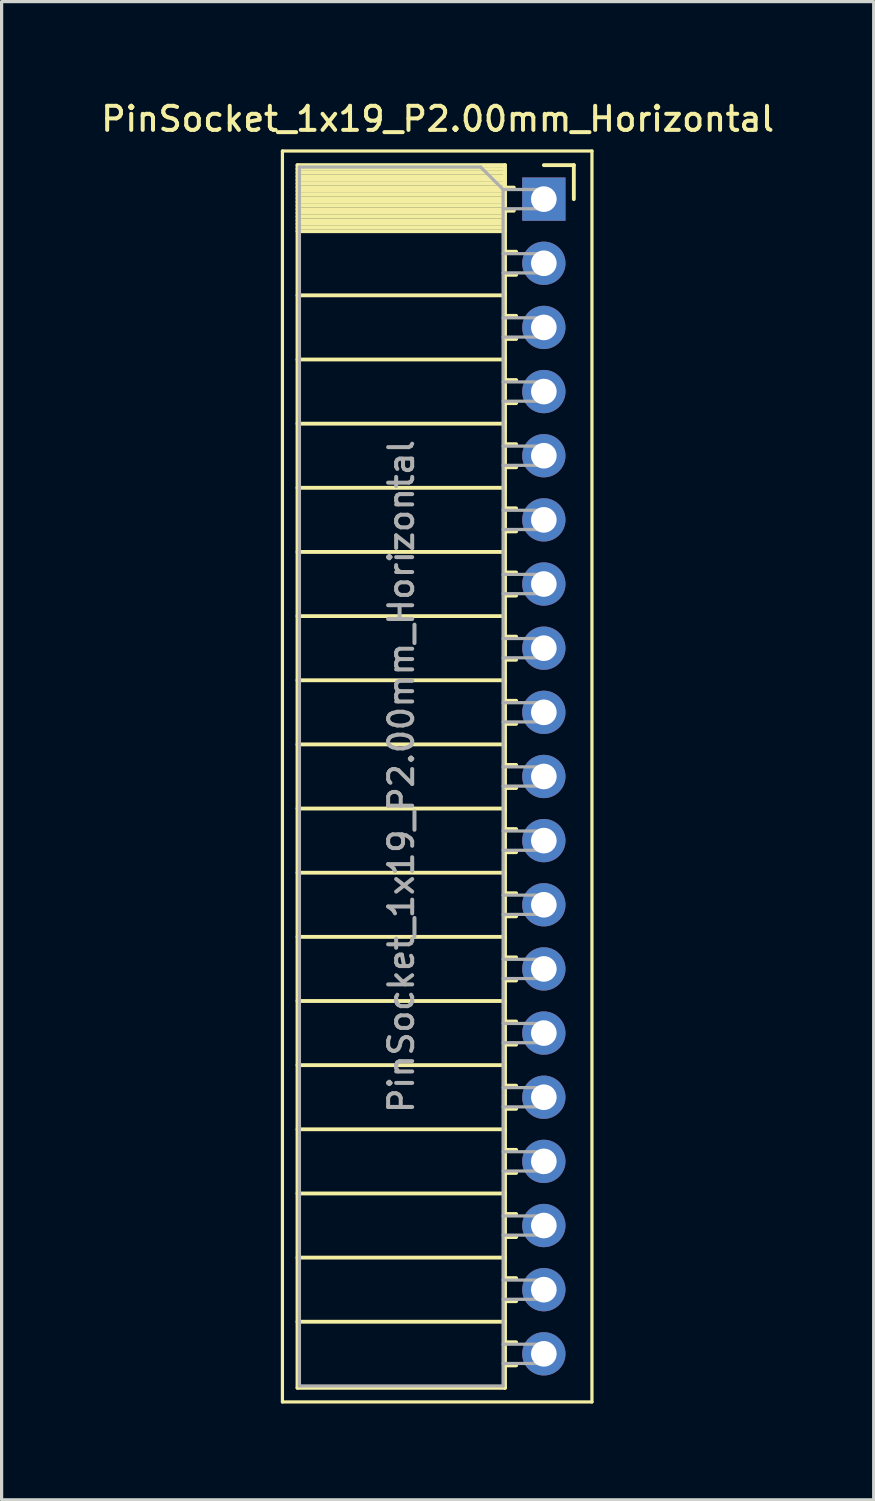
<source format=kicad_pcb>
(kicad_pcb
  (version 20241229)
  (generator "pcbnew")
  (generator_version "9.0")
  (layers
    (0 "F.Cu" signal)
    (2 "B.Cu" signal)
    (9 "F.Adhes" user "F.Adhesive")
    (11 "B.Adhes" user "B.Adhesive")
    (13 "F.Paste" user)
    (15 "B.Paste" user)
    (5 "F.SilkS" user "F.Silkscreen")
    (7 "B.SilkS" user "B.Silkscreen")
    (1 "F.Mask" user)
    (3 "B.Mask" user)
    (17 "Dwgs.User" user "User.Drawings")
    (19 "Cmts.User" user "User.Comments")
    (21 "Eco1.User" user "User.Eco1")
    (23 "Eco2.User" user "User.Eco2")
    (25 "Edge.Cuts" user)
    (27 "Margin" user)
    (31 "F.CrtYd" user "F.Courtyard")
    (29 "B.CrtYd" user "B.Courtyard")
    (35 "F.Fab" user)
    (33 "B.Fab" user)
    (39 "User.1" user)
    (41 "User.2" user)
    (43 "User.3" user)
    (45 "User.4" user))
  (footprint "PinSocket_1x19_P2.00mm_Horizontal"
    (layer "F.Cu")
    (at 13.905 3.158)
    (property "Reference" "PinSocket_1x19_P2.00mm_Horizontal" (at -3.31 -2.5 0) (layer "F.SilkS") (effects (font (size 0.75 0.75) (thickness 0.125))))
    (attr through_hole)
    (fp_line (start -8.15 -1.5) (end -8.15 37.5) (stroke (width 0.1) (type solid)) (layer "F.SilkS"))
    (fp_line (start -8.15 37.5) (end 1.5 37.5) (stroke (width 0.1) (type solid)) (layer "F.SilkS"))
    (fp_line (start -7.68 -1.06) (end -7.68 37.06) (stroke (width 0.12) (type solid)) (layer "F.SilkS"))
    (fp_line (start -7.68 -1.06) (end -1.21 -1.06) (stroke (width 0.12) (type solid)) (layer "F.SilkS"))
    (fp_line (start -7.68 -0.94) (end -1.21 -0.94) (stroke (width 0.12) (type solid)) (layer "F.SilkS"))
    (fp_line (start -7.68 -0.826) (end -1.21 -0.826) (stroke (width 0.12) (type solid)) (layer "F.SilkS"))
    (fp_line (start -7.68 -0.712) (end -1.21 -0.712) (stroke (width 0.12) (type solid)) (layer "F.SilkS"))
    (fp_line (start -7.68 -0.598) (end -1.21 -0.598) (stroke (width 0.12) (type solid)) (layer "F.SilkS"))
    (fp_line (start -7.68 -0.484) (end -1.21 -0.484) (stroke (width 0.12) (type solid)) (layer "F.SilkS"))
    (fp_line (start -7.68 -0.369) (end -1.21 -0.369) (stroke (width 0.12) (type solid)) (layer "F.SilkS"))
    (fp_line (start -7.68 -0.255) (end -1.21 -0.255) (stroke (width 0.12) (type solid)) (layer "F.SilkS"))
    (fp_line (start -7.68 -0.141) (end -1.21 -0.141) (stroke (width 0.12) (type solid)) (layer "F.SilkS"))
    (fp_line (start -7.68 -0.027) (end -1.21 -0.027) (stroke (width 0.12) (type solid)) (layer "F.SilkS"))
    (fp_line (start -7.68 0.087) (end -1.21 0.087) (stroke (width 0.12) (type solid)) (layer "F.SilkS"))
    (fp_line (start -7.68 0.201) (end -1.21 0.201) (stroke (width 0.12) (type solid)) (layer "F.SilkS"))
    (fp_line (start -7.68 0.315) (end -1.21 0.315) (stroke (width 0.12) (type solid)) (layer "F.SilkS"))
    (fp_line (start -7.68 0.429) (end -1.21 0.429) (stroke (width 0.12) (type solid)) (layer "F.SilkS"))
    (fp_line (start -7.68 0.544) (end -1.21 0.544) (stroke (width 0.12) (type solid)) (layer "F.SilkS"))
    (fp_line (start -7.68 0.658) (end -1.21 0.658) (stroke (width 0.12) (type solid)) (layer "F.SilkS"))
    (fp_line (start -7.68 0.772) (end -1.21 0.772) (stroke (width 0.12) (type solid)) (layer "F.SilkS"))
    (fp_line (start -7.68 0.886) (end -1.21 0.886) (stroke (width 0.12) (type solid)) (layer "F.SilkS"))
    (fp_line (start -7.68 1) (end -1.21 1) (stroke (width 0.12) (type solid)) (layer "F.SilkS"))
    (fp_line (start -7.68 3) (end -1.21 3) (stroke (width 0.12) (type solid)) (layer "F.SilkS"))
    (fp_line (start -7.68 5) (end -1.21 5) (stroke (width 0.12) (type solid)) (layer "F.SilkS"))
    (fp_line (start -7.68 7) (end -1.21 7) (stroke (width 0.12) (type solid)) (layer "F.SilkS"))
    (fp_line (start -7.68 9) (end -1.21 9) (stroke (width 0.12) (type solid)) (layer "F.SilkS"))
    (fp_line (start -7.68 11) (end -1.21 11) (stroke (width 0.12) (type solid)) (layer "F.SilkS"))
    (fp_line (start -7.68 13) (end -1.21 13) (stroke (width 0.12) (type solid)) (layer "F.SilkS"))
    (fp_line (start -7.68 15) (end -1.21 15) (stroke (width 0.12) (type solid)) (layer "F.SilkS"))
    (fp_line (start -7.68 17) (end -1.21 17) (stroke (width 0.12) (type solid)) (layer "F.SilkS"))
    (fp_line (start -7.68 19) (end -1.21 19) (stroke (width 0.12) (type solid)) (layer "F.SilkS"))
    (fp_line (start -7.68 21) (end -1.21 21) (stroke (width 0.12) (type solid)) (layer "F.SilkS"))
    (fp_line (start -7.68 23) (end -1.21 23) (stroke (width 0.12) (type solid)) (layer "F.SilkS"))
    (fp_line (start -7.68 25) (end -1.21 25) (stroke (width 0.12) (type solid)) (layer "F.SilkS"))
    (fp_line (start -7.68 27) (end -1.21 27) (stroke (width 0.12) (type solid)) (layer "F.SilkS"))
    (fp_line (start -7.68 29) (end -1.21 29) (stroke (width 0.12) (type solid)) (layer "F.SilkS"))
    (fp_line (start -7.68 31) (end -1.21 31) (stroke (width 0.12) (type solid)) (layer "F.SilkS"))
    (fp_line (start -7.68 33) (end -1.21 33) (stroke (width 0.12) (type solid)) (layer "F.SilkS"))
    (fp_line (start -7.68 35) (end -1.21 35) (stroke (width 0.12) (type solid)) (layer "F.SilkS"))
    (fp_line (start -7.68 37.06) (end -1.21 37.06) (stroke (width 0.12) (type solid)) (layer "F.SilkS"))
    (fp_line (start -1.21 -1.06) (end -1.21 37.06) (stroke (width 0.12) (type solid)) (layer "F.SilkS"))
    (fp_line (start -1.21 -0.36) (end -0.935 -0.36) (stroke (width 0.12) (type solid)) (layer "F.SilkS"))
    (fp_line (start -1.21 0.36) (end -0.935 0.36) (stroke (width 0.12) (type solid)) (layer "F.SilkS"))
    (fp_line (start -1.21 1.64) (end -0.863 1.64) (stroke (width 0.12) (type solid)) (layer "F.SilkS"))
    (fp_line (start -1.21 2.36) (end -0.863 2.36) (stroke (width 0.12) (type solid)) (layer "F.SilkS"))
    (fp_line (start -1.21 3.64) (end -0.863 3.64) (stroke (width 0.12) (type solid)) (layer "F.SilkS"))
    (fp_line (start -1.21 4.36) (end -0.863 4.36) (stroke (width 0.12) (type solid)) (layer "F.SilkS"))
    (fp_line (start -1.21 5.64) (end -0.863 5.64) (stroke (width 0.12) (type solid)) (layer "F.SilkS"))
    (fp_line (start -1.21 6.36) (end -0.863 6.36) (stroke (width 0.12) (type solid)) (layer "F.SilkS"))
    (fp_line (start -1.21 7.64) (end -0.863 7.64) (stroke (width 0.12) (type solid)) (layer "F.SilkS"))
    (fp_line (start -1.21 8.36) (end -0.863 8.36) (stroke (width 0.12) (type solid)) (layer "F.SilkS"))
    (fp_line (start -1.21 9.64) (end -0.863 9.64) (stroke (width 0.12) (type solid)) (layer "F.SilkS"))
    (fp_line (start -1.21 10.36) (end -0.863 10.36) (stroke (width 0.12) (type solid)) (layer "F.SilkS"))
    (fp_line (start -1.21 11.64) (end -0.863 11.64) (stroke (width 0.12) (type solid)) (layer "F.SilkS"))
    (fp_line (start -1.21 12.36) (end -0.863 12.36) (stroke (width 0.12) (type solid)) (layer "F.SilkS"))
    (fp_line (start -1.21 13.64) (end -0.863 13.64) (stroke (width 0.12) (type solid)) (layer "F.SilkS"))
    (fp_line (start -1.21 14.36) (end -0.863 14.36) (stroke (width 0.12) (type solid)) (layer "F.SilkS"))
    (fp_line (start -1.21 15.64) (end -0.863 15.64) (stroke (width 0.12) (type solid)) (layer "F.SilkS"))
    (fp_line (start -1.21 16.36) (end -0.863 16.36) (stroke (width 0.12) (type solid)) (layer "F.SilkS"))
    (fp_line (start -1.21 17.64) (end -0.863 17.64) (stroke (width 0.12) (type solid)) (layer "F.SilkS"))
    (fp_line (start -1.21 18.36) (end -0.863 18.36) (stroke (width 0.12) (type solid)) (layer "F.SilkS"))
    (fp_line (start -1.21 19.64) (end -0.863 19.64) (stroke (width 0.12) (type solid)) (layer "F.SilkS"))
    (fp_line (start -1.21 20.36) (end -0.863 20.36) (stroke (width 0.12) (type solid)) (layer "F.SilkS"))
    (fp_line (start -1.21 21.64) (end -0.863 21.64) (stroke (width 0.12) (type solid)) (layer "F.SilkS"))
    (fp_line (start -1.21 22.36) (end -0.863 22.36) (stroke (width 0.12) (type solid)) (layer "F.SilkS"))
    (fp_line (start -1.21 23.64) (end -0.863 23.64) (stroke (width 0.12) (type solid)) (layer "F.SilkS"))
    (fp_line (start -1.21 24.36) (end -0.863 24.36) (stroke (width 0.12) (type solid)) (layer "F.SilkS"))
    (fp_line (start -1.21 25.64) (end -0.863 25.64) (stroke (width 0.12) (type solid)) (layer "F.SilkS"))
    (fp_line (start -1.21 26.36) (end -0.863 26.36) (stroke (width 0.12) (type solid)) (layer "F.SilkS"))
    (fp_line (start -1.21 27.64) (end -0.863 27.64) (stroke (width 0.12) (type solid)) (layer "F.SilkS"))
    (fp_line (start -1.21 28.36) (end -0.863 28.36) (stroke (width 0.12) (type solid)) (layer "F.SilkS"))
    (fp_line (start -1.21 29.64) (end -0.863 29.64) (stroke (width 0.12) (type solid)) (layer "F.SilkS"))
    (fp_line (start -1.21 30.36) (end -0.863 30.36) (stroke (width 0.12) (type solid)) (layer "F.SilkS"))
    (fp_line (start -1.21 31.64) (end -0.863 31.64) (stroke (width 0.12) (type solid)) (layer "F.SilkS"))
    (fp_line (start -1.21 32.36) (end -0.863 32.36) (stroke (width 0.12) (type solid)) (layer "F.SilkS"))
    (fp_line (start -1.21 33.64) (end -0.863 33.64) (stroke (width 0.12) (type solid)) (layer "F.SilkS"))
    (fp_line (start -1.21 34.36) (end -0.863 34.36) (stroke (width 0.12) (type solid)) (layer "F.SilkS"))
    (fp_line (start -1.21 35.64) (end -0.863 35.64) (stroke (width 0.12) (type solid)) (layer "F.SilkS"))
    (fp_line (start -1.21 36.36) (end -0.863 36.36) (stroke (width 0.12) (type solid)) (layer "F.SilkS"))
    (fp_line (start 0 -1.06) (end 0.935 -1.06) (stroke (width 0.12) (type solid)) (layer "F.SilkS"))
    (fp_line (start 0.935 -1.06) (end 0.935 0) (stroke (width 0.12) (type solid)) (layer "F.SilkS"))
    (fp_line (start 1.5 -1.5) (end -8.15 -1.5) (stroke (width 0.1) (type solid)) (layer "F.SilkS"))
    (fp_line (start 1.5 37.5) (end 1.5 -1.5) (stroke (width 0.1) (type solid)) (layer "F.SilkS"))
    (fp_line (start -7.62 -1) (end -1.97 -1) (stroke (width 0.1) (type solid)) (layer "F.Fab"))
    (fp_line (start -7.62 37) (end -7.62 -1) (stroke (width 0.1) (type solid)) (layer "F.Fab"))
    (fp_line (start -1.97 -1) (end -1.27 -0.3) (stroke (width 0.1) (type solid)) (layer "F.Fab"))
    (fp_line (start -1.27 -0.3) (end -1.27 37) (stroke (width 0.1) (type solid)) (layer "F.Fab"))
    (fp_line (start -1.27 0.3) (end 0 0.3) (stroke (width 0.1) (type solid)) (layer "F.Fab"))
    (fp_line (start -1.27 2.3) (end 0 2.3) (stroke (width 0.1) (type solid)) (layer "F.Fab"))
    (fp_line (start -1.27 4.3) (end 0 4.3) (stroke (width 0.1) (type solid)) (layer "F.Fab"))
    (fp_line (start -1.27 6.3) (end 0 6.3) (stroke (width 0.1) (type solid)) (layer "F.Fab"))
    (fp_line (start -1.27 8.3) (end 0 8.3) (stroke (width 0.1) (type solid)) (layer "F.Fab"))
    (fp_line (start -1.27 10.3) (end 0 10.3) (stroke (width 0.1) (type solid)) (layer "F.Fab"))
    (fp_line (start -1.27 12.3) (end 0 12.3) (stroke (width 0.1) (type solid)) (layer "F.Fab"))
    (fp_line (start -1.27 14.3) (end 0 14.3) (stroke (width 0.1) (type solid)) (layer "F.Fab"))
    (fp_line (start -1.27 16.3) (end 0 16.3) (stroke (width 0.1) (type solid)) (layer "F.Fab"))
    (fp_line (start -1.27 18.3) (end 0 18.3) (stroke (width 0.1) (type solid)) (layer "F.Fab"))
    (fp_line (start -1.27 20.3) (end 0 20.3) (stroke (width 0.1) (type solid)) (layer "F.Fab"))
    (fp_line (start -1.27 22.3) (end 0 22.3) (stroke (width 0.1) (type solid)) (layer "F.Fab"))
    (fp_line (start -1.27 24.3) (end 0 24.3) (stroke (width 0.1) (type solid)) (layer "F.Fab"))
    (fp_line (start -1.27 26.3) (end 0 26.3) (stroke (width 0.1) (type solid)) (layer "F.Fab"))
    (fp_line (start -1.27 28.3) (end 0 28.3) (stroke (width 0.1) (type solid)) (layer "F.Fab"))
    (fp_line (start -1.27 30.3) (end 0 30.3) (stroke (width 0.1) (type solid)) (layer "F.Fab"))
    (fp_line (start -1.27 32.3) (end 0 32.3) (stroke (width 0.1) (type solid)) (layer "F.Fab"))
    (fp_line (start -1.27 34.3) (end 0 34.3) (stroke (width 0.1) (type solid)) (layer "F.Fab"))
    (fp_line (start -1.27 36.3) (end 0 36.3) (stroke (width 0.1) (type solid)) (layer "F.Fab"))
    (fp_line (start -1.27 37) (end -7.62 37) (stroke (width 0.1) (type solid)) (layer "F.Fab"))
    (fp_line (start 0 -0.3) (end -1.27 -0.3) (stroke (width 0.1) (type solid)) (layer "F.Fab"))
    (fp_line (start 0 0.3) (end 0 -0.3) (stroke (width 0.1) (type solid)) (layer "F.Fab"))
    (fp_line (start 0 1.7) (end -1.27 1.7) (stroke (width 0.1) (type solid)) (layer "F.Fab"))
    (fp_line (start 0 2.3) (end 0 1.7) (stroke (width 0.1) (type solid)) (layer "F.Fab"))
    (fp_line (start 0 3.7) (end -1.27 3.7) (stroke (width 0.1) (type solid)) (layer "F.Fab"))
    (fp_line (start 0 4.3) (end 0 3.7) (stroke (width 0.1) (type solid)) (layer "F.Fab"))
    (fp_line (start 0 5.7) (end -1.27 5.7) (stroke (width 0.1) (type solid)) (layer "F.Fab"))
    (fp_line (start 0 6.3) (end 0 5.7) (stroke (width 0.1) (type solid)) (layer "F.Fab"))
    (fp_line (start 0 7.7) (end -1.27 7.7) (stroke (width 0.1) (type solid)) (layer "F.Fab"))
    (fp_line (start 0 8.3) (end 0 7.7) (stroke (width 0.1) (type solid)) (layer "F.Fab"))
    (fp_line (start 0 9.7) (end -1.27 9.7) (stroke (width 0.1) (type solid)) (layer "F.Fab"))
    (fp_line (start 0 10.3) (end 0 9.7) (stroke (width 0.1) (type solid)) (layer "F.Fab"))
    (fp_line (start 0 11.7) (end -1.27 11.7) (stroke (width 0.1) (type solid)) (layer "F.Fab"))
    (fp_line (start 0 12.3) (end 0 11.7) (stroke (width 0.1) (type solid)) (layer "F.Fab"))
    (fp_line (start 0 13.7) (end -1.27 13.7) (stroke (width 0.1) (type solid)) (layer "F.Fab"))
    (fp_line (start 0 14.3) (end 0 13.7) (stroke (width 0.1) (type solid)) (layer "F.Fab"))
    (fp_line (start 0 15.7) (end -1.27 15.7) (stroke (width 0.1) (type solid)) (layer "F.Fab"))
    (fp_line (start 0 16.3) (end 0 15.7) (stroke (width 0.1) (type solid)) (layer "F.Fab"))
    (fp_line (start 0 17.7) (end -1.27 17.7) (stroke (width 0.1) (type solid)) (layer "F.Fab"))
    (fp_line (start 0 18.3) (end 0 17.7) (stroke (width 0.1) (type solid)) (layer "F.Fab"))
    (fp_line (start 0 19.7) (end -1.27 19.7) (stroke (width 0.1) (type solid)) (layer "F.Fab"))
    (fp_line (start 0 20.3) (end 0 19.7) (stroke (width 0.1) (type solid)) (layer "F.Fab"))
    (fp_line (start 0 21.7) (end -1.27 21.7) (stroke (width 0.1) (type solid)) (layer "F.Fab"))
    (fp_line (start 0 22.3) (end 0 21.7) (stroke (width 0.1) (type solid)) (layer "F.Fab"))
    (fp_line (start 0 23.7) (end -1.27 23.7) (stroke (width 0.1) (type solid)) (layer "F.Fab"))
    (fp_line (start 0 24.3) (end 0 23.7) (stroke (width 0.1) (type solid)) (layer "F.Fab"))
    (fp_line (start 0 25.7) (end -1.27 25.7) (stroke (width 0.1) (type solid)) (layer "F.Fab"))
    (fp_line (start 0 26.3) (end 0 25.7) (stroke (width 0.1) (type solid)) (layer "F.Fab"))
    (fp_line (start 0 27.7) (end -1.27 27.7) (stroke (width 0.1) (type solid)) (layer "F.Fab"))
    (fp_line (start 0 28.3) (end 0 27.7) (stroke (width 0.1) (type solid)) (layer "F.Fab"))
    (fp_line (start 0 29.7) (end -1.27 29.7) (stroke (width 0.1) (type solid)) (layer "F.Fab"))
    (fp_line (start 0 30.3) (end 0 29.7) (stroke (width 0.1) (type solid)) (layer "F.Fab"))
    (fp_line (start 0 31.7) (end -1.27 31.7) (stroke (width 0.1) (type solid)) (layer "F.Fab"))
    (fp_line (start 0 32.3) (end 0 31.7) (stroke (width 0.1) (type solid)) (layer "F.Fab"))
    (fp_line (start 0 33.7) (end -1.27 33.7) (stroke (width 0.1) (type solid)) (layer "F.Fab"))
    (fp_line (start 0 34.3) (end 0 33.7) (stroke (width 0.1) (type solid)) (layer "F.Fab"))
    (fp_line (start 0 35.7) (end -1.27 35.7) (stroke (width 0.1) (type solid)) (layer "F.Fab"))
    (fp_line (start 0 36.3) (end 0 35.7) (stroke (width 0.1) (type solid)) (layer "F.Fab"))
    (fp_text user "${REFERENCE}" (at -4.445 18 90) (layer "F.Fab") (effects (font (size 0.75 0.75) (thickness 0.125))))
    (pad "1" thru_hole rect (at 0 0) (size 1.35 1.35) (drill 0.8) (layers "*.Cu" "*.Mask"))
    (pad "2" thru_hole oval (at 0 2) (size 1.35 1.35) (drill 0.8) (layers "*.Cu" "*.Mask"))
    (pad "3" thru_hole oval (at 0 4) (size 1.35 1.35) (drill 0.8) (layers "*.Cu" "*.Mask"))
    (pad "4" thru_hole oval (at 0 6) (size 1.35 1.35) (drill 0.8) (layers "*.Cu" "*.Mask"))
    (pad "5" thru_hole oval (at 0 8) (size 1.35 1.35) (drill 0.8) (layers "*.Cu" "*.Mask"))
    (pad "6" thru_hole oval (at 0 10) (size 1.35 1.35) (drill 0.8) (layers "*.Cu" "*.Mask"))
    (pad "7" thru_hole oval (at 0 12) (size 1.35 1.35) (drill 0.8) (layers "*.Cu" "*.Mask"))
    (pad "8" thru_hole oval (at 0 14) (size 1.35 1.35) (drill 0.8) (layers "*.Cu" "*.Mask"))
    (pad "9" thru_hole oval (at 0 16) (size 1.35 1.35) (drill 0.8) (layers "*.Cu" "*.Mask"))
    (pad "10" thru_hole oval (at 0 18) (size 1.35 1.35) (drill 0.8) (layers "*.Cu" "*.Mask"))
    (pad "11" thru_hole oval (at 0 20) (size 1.35 1.35) (drill 0.8) (layers "*.Cu" "*.Mask"))
    (pad "12" thru_hole oval (at 0 22) (size 1.35 1.35) (drill 0.8) (layers "*.Cu" "*.Mask"))
    (pad "13" thru_hole oval (at 0 24) (size 1.35 1.35) (drill 0.8) (layers "*.Cu" "*.Mask"))
    (pad "14" thru_hole oval (at 0 26) (size 1.35 1.35) (drill 0.8) (layers "*.Cu" "*.Mask"))
    (pad "15" thru_hole oval (at 0 28) (size 1.35 1.35) (drill 0.8) (layers "*.Cu" "*.Mask"))
    (pad "16" thru_hole oval (at 0 30) (size 1.35 1.35) (drill 0.8) (layers "*.Cu" "*.Mask"))
    (pad "17" thru_hole oval (at 0 32) (size 1.35 1.35) (drill 0.8) (layers "*.Cu" "*.Mask"))
    (pad "18" thru_hole oval (at 0 34) (size 1.35 1.35) (drill 0.8) (layers "*.Cu" "*.Mask"))
    (pad "19" thru_hole oval (at 0 36) (size 1.35 1.35) (drill 0.8) (layers "*.Cu" "*.Mask")))
  (gr_rect
    (start -3 -3)
    (end 24.189 43.708)
    (stroke (width 0.1) (type default))
    (fill no)
    (layer "Edge.Cuts")))
</source>
